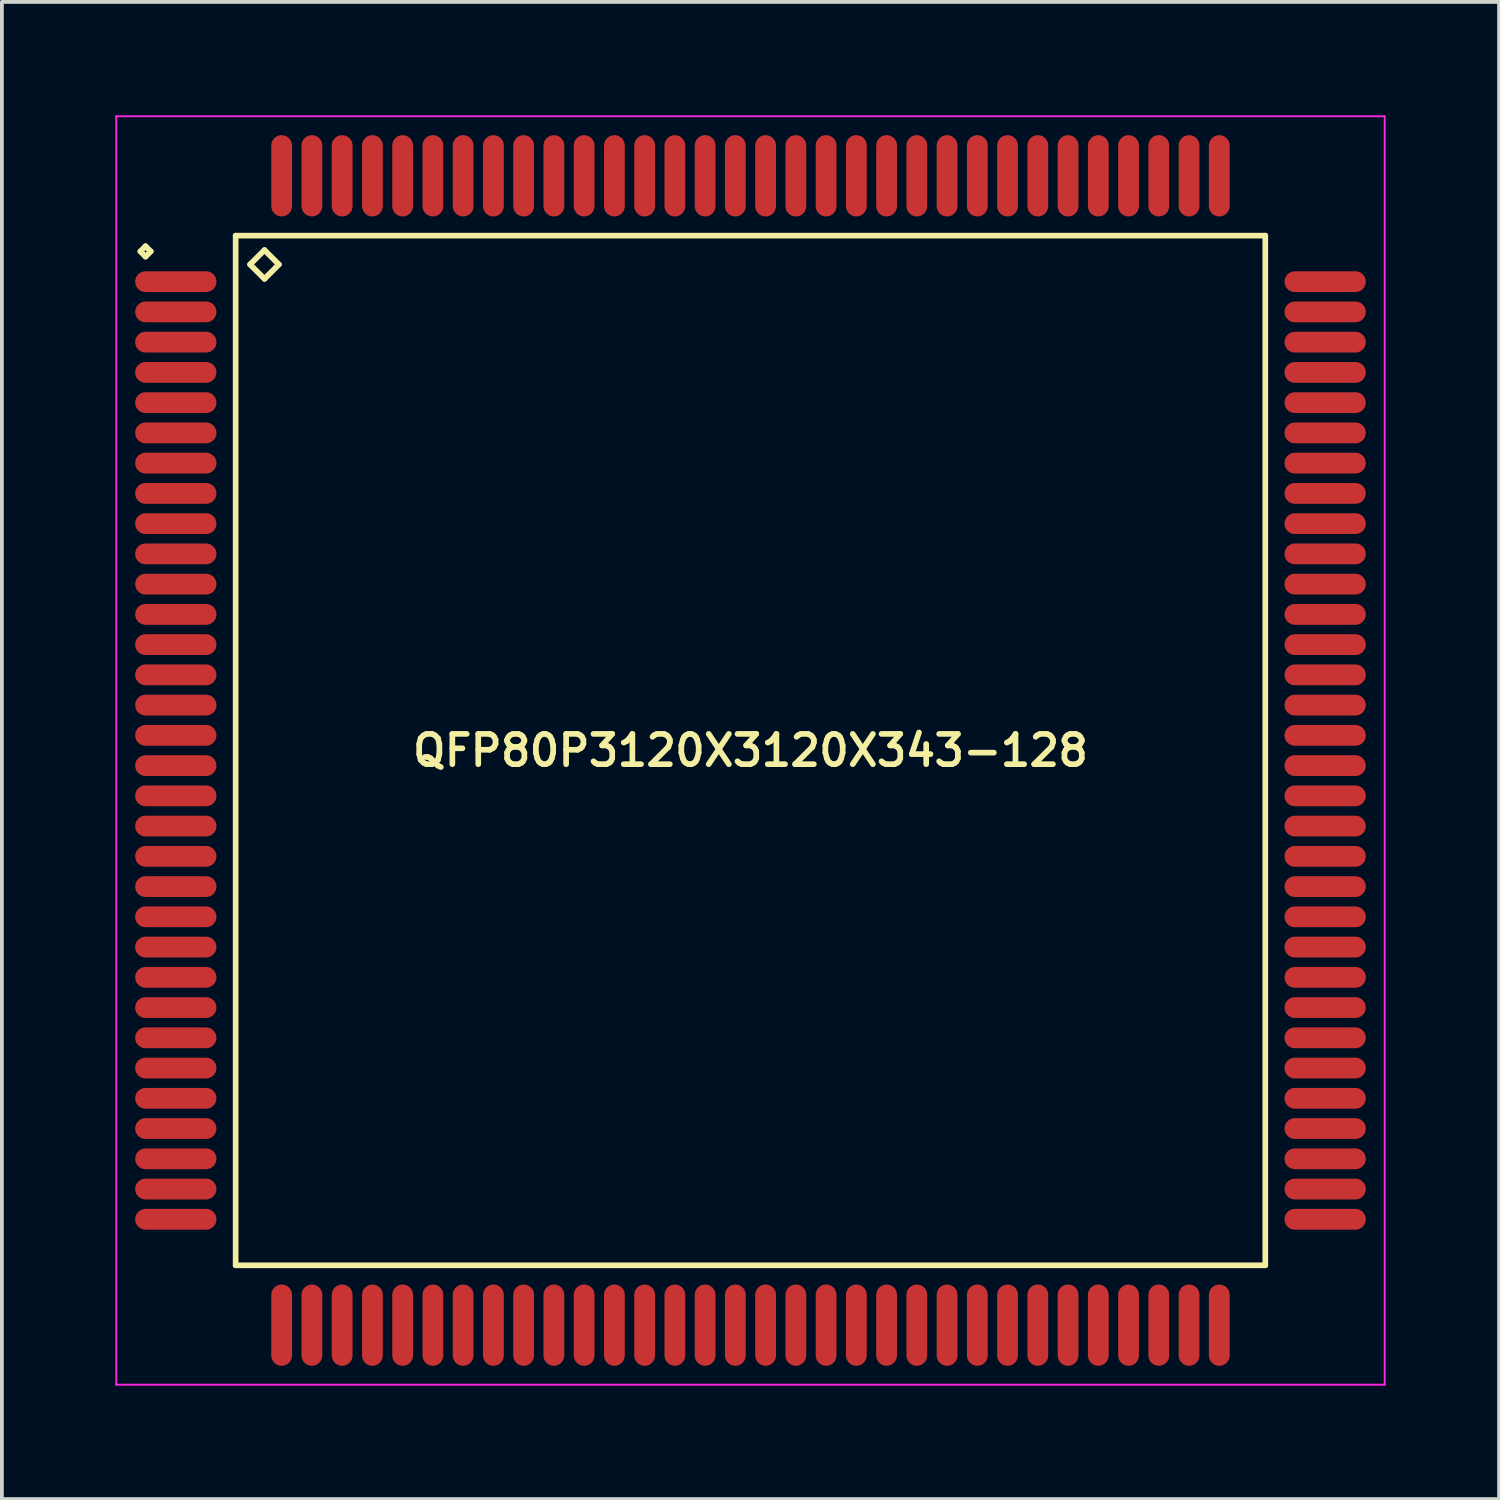
<source format=kicad_pcb>
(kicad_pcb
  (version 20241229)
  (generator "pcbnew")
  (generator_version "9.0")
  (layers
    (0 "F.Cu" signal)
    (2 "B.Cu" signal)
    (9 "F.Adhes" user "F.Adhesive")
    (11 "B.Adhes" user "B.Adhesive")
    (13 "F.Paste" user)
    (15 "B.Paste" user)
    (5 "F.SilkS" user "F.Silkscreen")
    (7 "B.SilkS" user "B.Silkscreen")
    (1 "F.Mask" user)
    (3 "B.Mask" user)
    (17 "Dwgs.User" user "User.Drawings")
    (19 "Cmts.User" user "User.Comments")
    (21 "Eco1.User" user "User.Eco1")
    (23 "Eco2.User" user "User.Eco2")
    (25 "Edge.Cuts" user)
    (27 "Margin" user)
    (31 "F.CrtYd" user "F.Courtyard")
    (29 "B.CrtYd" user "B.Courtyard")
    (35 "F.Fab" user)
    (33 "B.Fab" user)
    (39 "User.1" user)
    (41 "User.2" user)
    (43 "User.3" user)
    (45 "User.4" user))
  (footprint "QFP80P3120X3120X343-128"
    (layer "F.Cu")
    (at 16.8 16.8)
    (property "Reference" "QFP80P3120X3120X343-128" (at 0 0 0) (layer "F.SilkS") (effects (font (size 0.8 0.8) (thickness 0.15))))
    (attr smd)
    (fp_line (start -16.137 -13.2) (end -16 -13.338) (stroke (width 0.15) (type solid)) (layer "F.SilkS"))
    (fp_line (start -16 -13.338) (end -15.863 -13.2) (stroke (width 0.15) (type solid)) (layer "F.SilkS"))
    (fp_line (start -16 -13.062) (end -16.137 -13.2) (stroke (width 0.15) (type solid)) (layer "F.SilkS"))
    (fp_line (start -15.863 -13.2) (end -16 -13.062) (stroke (width 0.15) (type solid)) (layer "F.SilkS"))
    (fp_line (start -13.617 -13.617) (end -13.617 13.617) (stroke (width 0.15) (type solid)) (layer "F.SilkS"))
    (fp_line (start -13.617 13.617) (end 13.617 13.617) (stroke (width 0.15) (type solid)) (layer "F.SilkS"))
    (fp_line (start -13.236 -12.855) (end -12.855 -13.236) (stroke (width 0.15) (type solid)) (layer "F.SilkS"))
    (fp_line (start -12.855 -13.236) (end -12.474 -12.855) (stroke (width 0.15) (type solid)) (layer "F.SilkS"))
    (fp_line (start -12.855 -12.474) (end -13.236 -12.855) (stroke (width 0.15) (type solid)) (layer "F.SilkS"))
    (fp_line (start -12.474 -12.855) (end -12.855 -12.474) (stroke (width 0.15) (type solid)) (layer "F.SilkS"))
    (fp_line (start 13.617 -13.617) (end -13.617 -13.617) (stroke (width 0.15) (type solid)) (layer "F.SilkS"))
    (fp_line (start 13.617 13.617) (end 13.617 -13.617) (stroke (width 0.15) (type solid)) (layer "F.SilkS"))
    (fp_line (start -16.775 -16.775) (end 16.775 -16.775) (stroke (width 0.05) (type solid)) (layer "F.CrtYd"))
    (fp_line (start -16.775 16.775) (end -16.775 -16.775) (stroke (width 0.05) (type solid)) (layer "F.CrtYd"))
    (fp_line (start 16.775 -16.775) (end 16.775 16.775) (stroke (width 0.05) (type solid)) (layer "F.CrtYd"))
    (fp_line (start 16.775 16.775) (end -16.775 16.775) (stroke (width 0.05) (type solid)) (layer "F.CrtYd"))
    (pad "1" smd oval (at -15.2 -12.4) (size 2.15 0.55) (layers "F.Cu" "F.Mask" "F.Paste"))
    (pad "2" smd oval (at -15.2 -11.6) (size 2.15 0.55) (layers "F.Cu" "F.Mask" "F.Paste"))
    (pad "3" smd oval (at -15.2 -10.8) (size 2.15 0.55) (layers "F.Cu" "F.Mask" "F.Paste"))
    (pad "4" smd oval (at -15.2 -10) (size 2.15 0.55) (layers "F.Cu" "F.Mask" "F.Paste"))
    (pad "5" smd oval (at -15.2 -9.2) (size 2.15 0.55) (layers "F.Cu" "F.Mask" "F.Paste"))
    (pad "6" smd oval (at -15.2 -8.4) (size 2.15 0.55) (layers "F.Cu" "F.Mask" "F.Paste"))
    (pad "7" smd oval (at -15.2 -7.6) (size 2.15 0.55) (layers "F.Cu" "F.Mask" "F.Paste"))
    (pad "8" smd oval (at -15.2 -6.8) (size 2.15 0.55) (layers "F.Cu" "F.Mask" "F.Paste"))
    (pad "9" smd oval (at -15.2 -6) (size 2.15 0.55) (layers "F.Cu" "F.Mask" "F.Paste"))
    (pad "10" smd oval (at -15.2 -5.2) (size 2.15 0.55) (layers "F.Cu" "F.Mask" "F.Paste"))
    (pad "11" smd oval (at -15.2 -4.4) (size 2.15 0.55) (layers "F.Cu" "F.Mask" "F.Paste"))
    (pad "12" smd oval (at -15.2 -3.6) (size 2.15 0.55) (layers "F.Cu" "F.Mask" "F.Paste"))
    (pad "13" smd oval (at -15.2 -2.8) (size 2.15 0.55) (layers "F.Cu" "F.Mask" "F.Paste"))
    (pad "14" smd oval (at -15.2 -2) (size 2.15 0.55) (layers "F.Cu" "F.Mask" "F.Paste"))
    (pad "15" smd oval (at -15.2 -1.2) (size 2.15 0.55) (layers "F.Cu" "F.Mask" "F.Paste"))
    (pad "16" smd oval (at -15.2 -0.4) (size 2.15 0.55) (layers "F.Cu" "F.Mask" "F.Paste"))
    (pad "17" smd oval (at -15.2 0.4) (size 2.15 0.55) (layers "F.Cu" "F.Mask" "F.Paste"))
    (pad "18" smd oval (at -15.2 1.2) (size 2.15 0.55) (layers "F.Cu" "F.Mask" "F.Paste"))
    (pad "19" smd oval (at -15.2 2) (size 2.15 0.55) (layers "F.Cu" "F.Mask" "F.Paste"))
    (pad "20" smd oval (at -15.2 2.8) (size 2.15 0.55) (layers "F.Cu" "F.Mask" "F.Paste"))
    (pad "21" smd oval (at -15.2 3.6) (size 2.15 0.55) (layers "F.Cu" "F.Mask" "F.Paste"))
    (pad "22" smd oval (at -15.2 4.4) (size 2.15 0.55) (layers "F.Cu" "F.Mask" "F.Paste"))
    (pad "23" smd oval (at -15.2 5.2) (size 2.15 0.55) (layers "F.Cu" "F.Mask" "F.Paste"))
    (pad "24" smd oval (at -15.2 6) (size 2.15 0.55) (layers "F.Cu" "F.Mask" "F.Paste"))
    (pad "25" smd oval (at -15.2 6.8) (size 2.15 0.55) (layers "F.Cu" "F.Mask" "F.Paste"))
    (pad "26" smd oval (at -15.2 7.6) (size 2.15 0.55) (layers "F.Cu" "F.Mask" "F.Paste"))
    (pad "27" smd oval (at -15.2 8.4) (size 2.15 0.55) (layers "F.Cu" "F.Mask" "F.Paste"))
    (pad "28" smd oval (at -15.2 9.2) (size 2.15 0.55) (layers "F.Cu" "F.Mask" "F.Paste"))
    (pad "29" smd oval (at -15.2 10) (size 2.15 0.55) (layers "F.Cu" "F.Mask" "F.Paste"))
    (pad "30" smd oval (at -15.2 10.8) (size 2.15 0.55) (layers "F.Cu" "F.Mask" "F.Paste"))
    (pad "31" smd oval (at -15.2 11.6) (size 2.15 0.55) (layers "F.Cu" "F.Mask" "F.Paste"))
    (pad "32" smd oval (at -15.2 12.4) (size 2.15 0.55) (layers "F.Cu" "F.Mask" "F.Paste"))
    (pad "33" smd oval (at -12.4 15.2) (size 0.55 2.15) (layers "F.Cu" "F.Mask" "F.Paste"))
    (pad "34" smd oval (at -11.6 15.2) (size 0.55 2.15) (layers "F.Cu" "F.Mask" "F.Paste"))
    (pad "35" smd oval (at -10.8 15.2) (size 0.55 2.15) (layers "F.Cu" "F.Mask" "F.Paste"))
    (pad "36" smd oval (at -10 15.2) (size 0.55 2.15) (layers "F.Cu" "F.Mask" "F.Paste"))
    (pad "37" smd oval (at -9.2 15.2) (size 0.55 2.15) (layers "F.Cu" "F.Mask" "F.Paste"))
    (pad "38" smd oval (at -8.4 15.2) (size 0.55 2.15) (layers "F.Cu" "F.Mask" "F.Paste"))
    (pad "39" smd oval (at -7.6 15.2) (size 0.55 2.15) (layers "F.Cu" "F.Mask" "F.Paste"))
    (pad "40" smd oval (at -6.8 15.2) (size 0.55 2.15) (layers "F.Cu" "F.Mask" "F.Paste"))
    (pad "41" smd oval (at -6 15.2) (size 0.55 2.15) (layers "F.Cu" "F.Mask" "F.Paste"))
    (pad "42" smd oval (at -5.2 15.2) (size 0.55 2.15) (layers "F.Cu" "F.Mask" "F.Paste"))
    (pad "43" smd oval (at -4.4 15.2) (size 0.55 2.15) (layers "F.Cu" "F.Mask" "F.Paste"))
    (pad "44" smd oval (at -3.6 15.2) (size 0.55 2.15) (layers "F.Cu" "F.Mask" "F.Paste"))
    (pad "45" smd oval (at -2.8 15.2) (size 0.55 2.15) (layers "F.Cu" "F.Mask" "F.Paste"))
    (pad "46" smd oval (at -2 15.2) (size 0.55 2.15) (layers "F.Cu" "F.Mask" "F.Paste"))
    (pad "47" smd oval (at -1.2 15.2) (size 0.55 2.15) (layers "F.Cu" "F.Mask" "F.Paste"))
    (pad "48" smd oval (at -0.4 15.2) (size 0.55 2.15) (layers "F.Cu" "F.Mask" "F.Paste"))
    (pad "49" smd oval (at 0.4 15.2) (size 0.55 2.15) (layers "F.Cu" "F.Mask" "F.Paste"))
    (pad "50" smd oval (at 1.2 15.2) (size 0.55 2.15) (layers "F.Cu" "F.Mask" "F.Paste"))
    (pad "51" smd oval (at 2 15.2) (size 0.55 2.15) (layers "F.Cu" "F.Mask" "F.Paste"))
    (pad "52" smd oval (at 2.8 15.2) (size 0.55 2.15) (layers "F.Cu" "F.Mask" "F.Paste"))
    (pad "53" smd oval (at 3.6 15.2) (size 0.55 2.15) (layers "F.Cu" "F.Mask" "F.Paste"))
    (pad "54" smd oval (at 4.4 15.2) (size 0.55 2.15) (layers "F.Cu" "F.Mask" "F.Paste"))
    (pad "55" smd oval (at 5.2 15.2) (size 0.55 2.15) (layers "F.Cu" "F.Mask" "F.Paste"))
    (pad "56" smd oval (at 6 15.2) (size 0.55 2.15) (layers "F.Cu" "F.Mask" "F.Paste"))
    (pad "57" smd oval (at 6.8 15.2) (size 0.55 2.15) (layers "F.Cu" "F.Mask" "F.Paste"))
    (pad "58" smd oval (at 7.6 15.2) (size 0.55 2.15) (layers "F.Cu" "F.Mask" "F.Paste"))
    (pad "59" smd oval (at 8.4 15.2) (size 0.55 2.15) (layers "F.Cu" "F.Mask" "F.Paste"))
    (pad "60" smd oval (at 9.2 15.2) (size 0.55 2.15) (layers "F.Cu" "F.Mask" "F.Paste"))
    (pad "61" smd oval (at 10 15.2) (size 0.55 2.15) (layers "F.Cu" "F.Mask" "F.Paste"))
    (pad "62" smd oval (at 10.8 15.2) (size 0.55 2.15) (layers "F.Cu" "F.Mask" "F.Paste"))
    (pad "63" smd oval (at 11.6 15.2) (size 0.55 2.15) (layers "F.Cu" "F.Mask" "F.Paste"))
    (pad "64" smd oval (at 12.4 15.2) (size 0.55 2.15) (layers "F.Cu" "F.Mask" "F.Paste"))
    (pad "65" smd oval (at 15.2 12.4) (size 2.15 0.55) (layers "F.Cu" "F.Mask" "F.Paste"))
    (pad "66" smd oval (at 15.2 11.6) (size 2.15 0.55) (layers "F.Cu" "F.Mask" "F.Paste"))
    (pad "67" smd oval (at 15.2 10.8) (size 2.15 0.55) (layers "F.Cu" "F.Mask" "F.Paste"))
    (pad "68" smd oval (at 15.2 10) (size 2.15 0.55) (layers "F.Cu" "F.Mask" "F.Paste"))
    (pad "69" smd oval (at 15.2 9.2) (size 2.15 0.55) (layers "F.Cu" "F.Mask" "F.Paste"))
    (pad "70" smd oval (at 15.2 8.4) (size 2.15 0.55) (layers "F.Cu" "F.Mask" "F.Paste"))
    (pad "71" smd oval (at 15.2 7.6) (size 2.15 0.55) (layers "F.Cu" "F.Mask" "F.Paste"))
    (pad "72" smd oval (at 15.2 6.8) (size 2.15 0.55) (layers "F.Cu" "F.Mask" "F.Paste"))
    (pad "73" smd oval (at 15.2 6) (size 2.15 0.55) (layers "F.Cu" "F.Mask" "F.Paste"))
    (pad "74" smd oval (at 15.2 5.2) (size 2.15 0.55) (layers "F.Cu" "F.Mask" "F.Paste"))
    (pad "75" smd oval (at 15.2 4.4) (size 2.15 0.55) (layers "F.Cu" "F.Mask" "F.Paste"))
    (pad "76" smd oval (at 15.2 3.6) (size 2.15 0.55) (layers "F.Cu" "F.Mask" "F.Paste"))
    (pad "77" smd oval (at 15.2 2.8) (size 2.15 0.55) (layers "F.Cu" "F.Mask" "F.Paste"))
    (pad "78" smd oval (at 15.2 2) (size 2.15 0.55) (layers "F.Cu" "F.Mask" "F.Paste"))
    (pad "79" smd oval (at 15.2 1.2) (size 2.15 0.55) (layers "F.Cu" "F.Mask" "F.Paste"))
    (pad "80" smd oval (at 15.2 0.4) (size 2.15 0.55) (layers "F.Cu" "F.Mask" "F.Paste"))
    (pad "81" smd oval (at 15.2 -0.4) (size 2.15 0.55) (layers "F.Cu" "F.Mask" "F.Paste"))
    (pad "82" smd oval (at 15.2 -1.2) (size 2.15 0.55) (layers "F.Cu" "F.Mask" "F.Paste"))
    (pad "83" smd oval (at 15.2 -2) (size 2.15 0.55) (layers "F.Cu" "F.Mask" "F.Paste"))
    (pad "84" smd oval (at 15.2 -2.8) (size 2.15 0.55) (layers "F.Cu" "F.Mask" "F.Paste"))
    (pad "85" smd oval (at 15.2 -3.6) (size 2.15 0.55) (layers "F.Cu" "F.Mask" "F.Paste"))
    (pad "86" smd oval (at 15.2 -4.4) (size 2.15 0.55) (layers "F.Cu" "F.Mask" "F.Paste"))
    (pad "87" smd oval (at 15.2 -5.2) (size 2.15 0.55) (layers "F.Cu" "F.Mask" "F.Paste"))
    (pad "88" smd oval (at 15.2 -6) (size 2.15 0.55) (layers "F.Cu" "F.Mask" "F.Paste"))
    (pad "89" smd oval (at 15.2 -6.8) (size 2.15 0.55) (layers "F.Cu" "F.Mask" "F.Paste"))
    (pad "90" smd oval (at 15.2 -7.6) (size 2.15 0.55) (layers "F.Cu" "F.Mask" "F.Paste"))
    (pad "91" smd oval (at 15.2 -8.4) (size 2.15 0.55) (layers "F.Cu" "F.Mask" "F.Paste"))
    (pad "92" smd oval (at 15.2 -9.2) (size 2.15 0.55) (layers "F.Cu" "F.Mask" "F.Paste"))
    (pad "93" smd oval (at 15.2 -10) (size 2.15 0.55) (layers "F.Cu" "F.Mask" "F.Paste"))
    (pad "94" smd oval (at 15.2 -10.8) (size 2.15 0.55) (layers "F.Cu" "F.Mask" "F.Paste"))
    (pad "95" smd oval (at 15.2 -11.6) (size 2.15 0.55) (layers "F.Cu" "F.Mask" "F.Paste"))
    (pad "96" smd oval (at 15.2 -12.4) (size 2.15 0.55) (layers "F.Cu" "F.Mask" "F.Paste"))
    (pad "97" smd oval (at 12.4 -15.2) (size 0.55 2.15) (layers "F.Cu" "F.Mask" "F.Paste"))
    (pad "98" smd oval (at 11.6 -15.2) (size 0.55 2.15) (layers "F.Cu" "F.Mask" "F.Paste"))
    (pad "99" smd oval (at 10.8 -15.2) (size 0.55 2.15) (layers "F.Cu" "F.Mask" "F.Paste"))
    (pad "100" smd oval (at 10 -15.2) (size 0.55 2.15) (layers "F.Cu" "F.Mask" "F.Paste"))
    (pad "101" smd oval (at 9.2 -15.2) (size 0.55 2.15) (layers "F.Cu" "F.Mask" "F.Paste"))
    (pad "102" smd oval (at 8.4 -15.2) (size 0.55 2.15) (layers "F.Cu" "F.Mask" "F.Paste"))
    (pad "103" smd oval (at 7.6 -15.2) (size 0.55 2.15) (layers "F.Cu" "F.Mask" "F.Paste"))
    (pad "104" smd oval (at 6.8 -15.2) (size 0.55 2.15) (layers "F.Cu" "F.Mask" "F.Paste"))
    (pad "105" smd oval (at 6 -15.2) (size 0.55 2.15) (layers "F.Cu" "F.Mask" "F.Paste"))
    (pad "106" smd oval (at 5.2 -15.2) (size 0.55 2.15) (layers "F.Cu" "F.Mask" "F.Paste"))
    (pad "107" smd oval (at 4.4 -15.2) (size 0.55 2.15) (layers "F.Cu" "F.Mask" "F.Paste"))
    (pad "108" smd oval (at 3.6 -15.2) (size 0.55 2.15) (layers "F.Cu" "F.Mask" "F.Paste"))
    (pad "109" smd oval (at 2.8 -15.2) (size 0.55 2.15) (layers "F.Cu" "F.Mask" "F.Paste"))
    (pad "110" smd oval (at 2 -15.2) (size 0.55 2.15) (layers "F.Cu" "F.Mask" "F.Paste"))
    (pad "111" smd oval (at 1.2 -15.2) (size 0.55 2.15) (layers "F.Cu" "F.Mask" "F.Paste"))
    (pad "112" smd oval (at 0.4 -15.2) (size 0.55 2.15) (layers "F.Cu" "F.Mask" "F.Paste"))
    (pad "113" smd oval (at -0.4 -15.2) (size 0.55 2.15) (layers "F.Cu" "F.Mask" "F.Paste"))
    (pad "114" smd oval (at -1.2 -15.2) (size 0.55 2.15) (layers "F.Cu" "F.Mask" "F.Paste"))
    (pad "115" smd oval (at -2 -15.2) (size 0.55 2.15) (layers "F.Cu" "F.Mask" "F.Paste"))
    (pad "116" smd oval (at -2.8 -15.2) (size 0.55 2.15) (layers "F.Cu" "F.Mask" "F.Paste"))
    (pad "117" smd oval (at -3.6 -15.2) (size 0.55 2.15) (layers "F.Cu" "F.Mask" "F.Paste"))
    (pad "118" smd oval (at -4.4 -15.2) (size 0.55 2.15) (layers "F.Cu" "F.Mask" "F.Paste"))
    (pad "119" smd oval (at -5.2 -15.2) (size 0.55 2.15) (layers "F.Cu" "F.Mask" "F.Paste"))
    (pad "120" smd oval (at -6 -15.2) (size 0.55 2.15) (layers "F.Cu" "F.Mask" "F.Paste"))
    (pad "121" smd oval (at -6.8 -15.2) (size 0.55 2.15) (layers "F.Cu" "F.Mask" "F.Paste"))
    (pad "122" smd oval (at -7.6 -15.2) (size 0.55 2.15) (layers "F.Cu" "F.Mask" "F.Paste"))
    (pad "123" smd oval (at -8.4 -15.2) (size 0.55 2.15) (layers "F.Cu" "F.Mask" "F.Paste"))
    (pad "124" smd oval (at -9.2 -15.2) (size 0.55 2.15) (layers "F.Cu" "F.Mask" "F.Paste"))
    (pad "125" smd oval (at -10 -15.2) (size 0.55 2.15) (layers "F.Cu" "F.Mask" "F.Paste"))
    (pad "126" smd oval (at -10.8 -15.2) (size 0.55 2.15) (layers "F.Cu" "F.Mask" "F.Paste"))
    (pad "127" smd oval (at -11.6 -15.2) (size 0.55 2.15) (layers "F.Cu" "F.Mask" "F.Paste"))
    (pad "128" smd oval (at -12.4 -15.2) (size 0.55 2.15) (layers "F.Cu" "F.Mask" "F.Paste")))
  (gr_rect
    (start -3 -3)
    (end 36.6 36.6)
    (stroke (width 0.1) (type default))
    (fill no)
    (layer "Edge.Cuts")))
</source>
